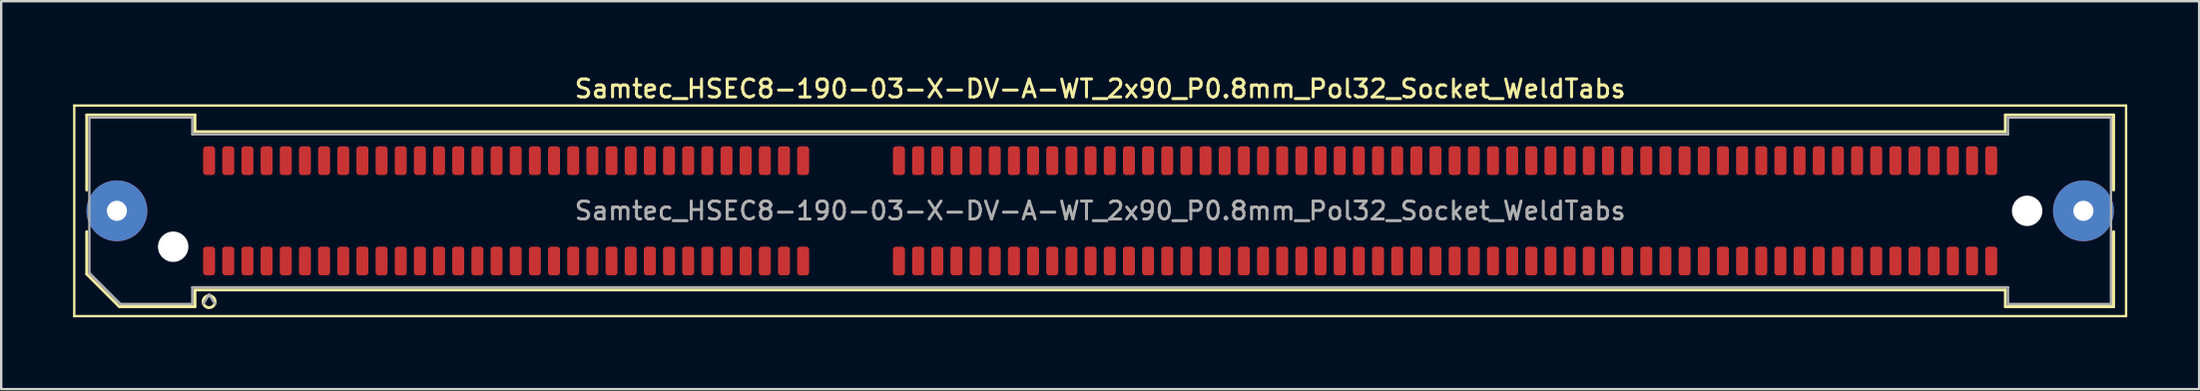
<source format=kicad_pcb>
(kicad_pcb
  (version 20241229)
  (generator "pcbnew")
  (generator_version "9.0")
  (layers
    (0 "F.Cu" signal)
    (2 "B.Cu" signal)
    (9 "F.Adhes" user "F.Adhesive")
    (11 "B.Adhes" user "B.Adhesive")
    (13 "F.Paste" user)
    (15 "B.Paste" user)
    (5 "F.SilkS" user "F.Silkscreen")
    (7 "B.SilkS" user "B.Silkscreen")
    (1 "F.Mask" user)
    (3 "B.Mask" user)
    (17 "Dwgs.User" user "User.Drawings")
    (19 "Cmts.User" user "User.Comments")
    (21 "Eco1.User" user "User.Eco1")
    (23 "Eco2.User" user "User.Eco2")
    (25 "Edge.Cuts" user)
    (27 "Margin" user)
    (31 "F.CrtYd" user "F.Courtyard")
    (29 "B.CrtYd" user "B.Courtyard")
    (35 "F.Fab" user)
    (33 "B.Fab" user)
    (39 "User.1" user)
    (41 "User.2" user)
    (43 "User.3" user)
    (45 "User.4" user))
  (footprint "Samtec_HSEC8-190-03-X-DV-A-WT_2x90_P0.8mm_Pol32_Socket_WeldTabs"
    (layer "F.Cu")
    (at 42.88 5.758)
    (property "Reference" "Samtec_HSEC8-190-03-X-DV-A-WT_2x90_P0.8mm_Pol32_Socket_WeldTabs" (at 0 -5.1 0) (layer "F.SilkS") (effects (font (size 0.75 0.75) (thickness 0.125))))
    (attr smd)
    (fp_line (start -42.83 -4.4) (end -42.83 4.4) (stroke (width 0.1) (type solid)) (layer "F.SilkS"))
    (fp_line (start -42.83 4.4) (end 42.83 4.4) (stroke (width 0.1) (type solid)) (layer "F.SilkS"))
    (fp_line (start -42.31 -4.005) (end -37.79 -4.005) (stroke (width 0.12) (type solid)) (layer "F.SilkS"))
    (fp_line (start -42.31 -0.868) (end -42.31 -4.005) (stroke (width 0.12) (type solid)) (layer "F.SilkS"))
    (fp_line (start -42.31 2.641) (end -42.31 0.868) (stroke (width 0.12) (type solid)) (layer "F.SilkS"))
    (fp_line (start -40.946 4.005) (end -42.31 2.641) (stroke (width 0.12) (type solid)) (layer "F.SilkS"))
    (fp_line (start -37.79 -4.005) (end -37.79 -3.305) (stroke (width 0.12) (type solid)) (layer "F.SilkS"))
    (fp_line (start -37.79 -3.305) (end 37.79 -3.305) (stroke (width 0.12) (type solid)) (layer "F.SilkS"))
    (fp_line (start -37.79 3.305) (end -37.79 4.005) (stroke (width 0.12) (type solid)) (layer "F.SilkS"))
    (fp_line (start -37.79 4.005) (end -40.946 4.005) (stroke (width 0.12) (type solid)) (layer "F.SilkS"))
    (fp_line (start 37.79 -4.005) (end 42.31 -4.005) (stroke (width 0.12) (type solid)) (layer "F.SilkS"))
    (fp_line (start 37.79 -3.305) (end 37.79 -4.005) (stroke (width 0.12) (type solid)) (layer "F.SilkS"))
    (fp_line (start 37.79 3.305) (end -37.79 3.305) (stroke (width 0.12) (type solid)) (layer "F.SilkS"))
    (fp_line (start 37.79 4.005) (end 37.79 3.305) (stroke (width 0.12) (type solid)) (layer "F.SilkS"))
    (fp_line (start 42.31 -4.005) (end 42.31 -0.868) (stroke (width 0.12) (type solid)) (layer "F.SilkS"))
    (fp_line (start 42.31 0.868) (end 42.31 4.005) (stroke (width 0.12) (type solid)) (layer "F.SilkS"))
    (fp_line (start 42.31 4.005) (end 37.79 4.005) (stroke (width 0.12) (type solid)) (layer "F.SilkS"))
    (fp_line (start 42.83 -4.4) (end -42.83 -4.4) (stroke (width 0.1) (type solid)) (layer "F.SilkS"))
    (fp_line (start 42.83 4.4) (end 42.83 -4.4) (stroke (width 0.1) (type solid)) (layer "F.SilkS"))
    (fp_arc (start -36.95 3.795) (mid -37.45 3.795) (end -36.95 3.795) (stroke (width 0.12) (type solid)) (layer "F.SilkS"))
    (fp_line (start -42.2 -3.895) (end -37.9 -3.895) (stroke (width 0.1) (type solid)) (layer "F.Fab"))
    (fp_line (start -42.2 2.595) (end -42.2 -3.895) (stroke (width 0.1) (type solid)) (layer "F.Fab"))
    (fp_line (start -40.9 3.895) (end -42.2 2.595) (stroke (width 0.1) (type solid)) (layer "F.Fab"))
    (fp_line (start -37.9 -3.895) (end -37.9 -3.195) (stroke (width 0.1) (type solid)) (layer "F.Fab"))
    (fp_line (start -37.9 -3.195) (end 37.9 -3.195) (stroke (width 0.1) (type solid)) (layer "F.Fab"))
    (fp_line (start -37.9 3.195) (end -37.9 3.895) (stroke (width 0.1) (type solid)) (layer "F.Fab"))
    (fp_line (start -37.9 3.895) (end -40.9 3.895) (stroke (width 0.1) (type solid)) (layer "F.Fab"))
    (fp_line (start -37.2 3.495) (end -37.45 3.895) (stroke (width 0.1) (type solid)) (layer "F.Fab"))
    (fp_line (start -37.2 3.495) (end -36.95 3.895) (stroke (width 0.1) (type solid)) (layer "F.Fab"))
    (fp_line (start 37.9 -3.895) (end 42.2 -3.895) (stroke (width 0.1) (type solid)) (layer "F.Fab"))
    (fp_line (start 37.9 -3.195) (end 37.9 -3.895) (stroke (width 0.1) (type solid)) (layer "F.Fab"))
    (fp_line (start 37.9 3.195) (end -37.9 3.195) (stroke (width 0.1) (type solid)) (layer "F.Fab"))
    (fp_line (start 37.9 3.895) (end 37.9 3.195) (stroke (width 0.1) (type solid)) (layer "F.Fab"))
    (fp_line (start 42.2 -3.895) (end 42.2 3.895) (stroke (width 0.1) (type solid)) (layer "F.Fab"))
    (fp_line (start 42.2 3.895) (end 37.9 3.895) (stroke (width 0.1) (type solid)) (layer "F.Fab"))
    (fp_text user "${REFERENCE}" (at 0 0 0) (layer "F.Fab") (effects (font (size 0.75 0.75) (thickness 0.125))))
    (pad "" thru_hole circle (at -41.05 0) (size 2.54 2.54) (drill 0.84) (layers "*.Cu" "*.Mask" "F.Paste"))
    (pad "" np_thru_hole circle (at -38.7 1.5) (size 1.27 1.27) (drill 1.27) (layers "*.Cu" "*.Mask"))
    (pad "" np_thru_hole circle (at 38.7 0) (size 1.27 1.27) (drill 1.27) (layers "*.Cu" "*.Mask"))
    (pad "" thru_hole circle (at 41.05 0) (size 2.54 2.54) (drill 0.84) (layers "*.Cu" "*.Mask" "F.Paste"))
    (pad "1" smd roundrect (at -37.2 2.095) (size 0.5 1.2) (layers "F.Cu" "F.Mask" "F.Paste") (roundrect_rratio 0.25))
    (pad "2" smd roundrect (at -37.2 -2.095) (size 0.5 1.2) (layers "F.Cu" "F.Mask" "F.Paste") (roundrect_rratio 0.25))
    (pad "3" smd roundrect (at -36.4 2.095) (size 0.5 1.2) (layers "F.Cu" "F.Mask" "F.Paste") (roundrect_rratio 0.25))
    (pad "4" smd roundrect (at -36.4 -2.095) (size 0.5 1.2) (layers "F.Cu" "F.Mask" "F.Paste") (roundrect_rratio 0.25))
    (pad "5" smd roundrect (at -35.6 2.095) (size 0.5 1.2) (layers "F.Cu" "F.Mask" "F.Paste") (roundrect_rratio 0.25))
    (pad "6" smd roundrect (at -35.6 -2.095) (size 0.5 1.2) (layers "F.Cu" "F.Mask" "F.Paste") (roundrect_rratio 0.25))
    (pad "7" smd roundrect (at -34.8 2.095) (size 0.5 1.2) (layers "F.Cu" "F.Mask" "F.Paste") (roundrect_rratio 0.25))
    (pad "8" smd roundrect (at -34.8 -2.095) (size 0.5 1.2) (layers "F.Cu" "F.Mask" "F.Paste") (roundrect_rratio 0.25))
    (pad "9" smd roundrect (at -34 2.095) (size 0.5 1.2) (layers "F.Cu" "F.Mask" "F.Paste") (roundrect_rratio 0.25))
    (pad "10" smd roundrect (at -34 -2.095) (size 0.5 1.2) (layers "F.Cu" "F.Mask" "F.Paste") (roundrect_rratio 0.25))
    (pad "11" smd roundrect (at -33.2 2.095) (size 0.5 1.2) (layers "F.Cu" "F.Mask" "F.Paste") (roundrect_rratio 0.25))
    (pad "12" smd roundrect (at -33.2 -2.095) (size 0.5 1.2) (layers "F.Cu" "F.Mask" "F.Paste") (roundrect_rratio 0.25))
    (pad "13" smd roundrect (at -32.4 2.095) (size 0.5 1.2) (layers "F.Cu" "F.Mask" "F.Paste") (roundrect_rratio 0.25))
    (pad "14" smd roundrect (at -32.4 -2.095) (size 0.5 1.2) (layers "F.Cu" "F.Mask" "F.Paste") (roundrect_rratio 0.25))
    (pad "15" smd roundrect (at -31.6 2.095) (size 0.5 1.2) (layers "F.Cu" "F.Mask" "F.Paste") (roundrect_rratio 0.25))
    (pad "16" smd roundrect (at -31.6 -2.095) (size 0.5 1.2) (layers "F.Cu" "F.Mask" "F.Paste") (roundrect_rratio 0.25))
    (pad "17" smd roundrect (at -30.8 2.095) (size 0.5 1.2) (layers "F.Cu" "F.Mask" "F.Paste") (roundrect_rratio 0.25))
    (pad "18" smd roundrect (at -30.8 -2.095) (size 0.5 1.2) (layers "F.Cu" "F.Mask" "F.Paste") (roundrect_rratio 0.25))
    (pad "19" smd roundrect (at -30 2.095) (size 0.5 1.2) (layers "F.Cu" "F.Mask" "F.Paste") (roundrect_rratio 0.25))
    (pad "20" smd roundrect (at -30 -2.095) (size 0.5 1.2) (layers "F.Cu" "F.Mask" "F.Paste") (roundrect_rratio 0.25))
    (pad "21" smd roundrect (at -29.2 2.095) (size 0.5 1.2) (layers "F.Cu" "F.Mask" "F.Paste") (roundrect_rratio 0.25))
    (pad "22" smd roundrect (at -29.2 -2.095) (size 0.5 1.2) (layers "F.Cu" "F.Mask" "F.Paste") (roundrect_rratio 0.25))
    (pad "23" smd roundrect (at -28.4 2.095) (size 0.5 1.2) (layers "F.Cu" "F.Mask" "F.Paste") (roundrect_rratio 0.25))
    (pad "24" smd roundrect (at -28.4 -2.095) (size 0.5 1.2) (layers "F.Cu" "F.Mask" "F.Paste") (roundrect_rratio 0.25))
    (pad "25" smd roundrect (at -27.6 2.095) (size 0.5 1.2) (layers "F.Cu" "F.Mask" "F.Paste") (roundrect_rratio 0.25))
    (pad "26" smd roundrect (at -27.6 -2.095) (size 0.5 1.2) (layers "F.Cu" "F.Mask" "F.Paste") (roundrect_rratio 0.25))
    (pad "27" smd roundrect (at -26.8 2.095) (size 0.5 1.2) (layers "F.Cu" "F.Mask" "F.Paste") (roundrect_rratio 0.25))
    (pad "28" smd roundrect (at -26.8 -2.095) (size 0.5 1.2) (layers "F.Cu" "F.Mask" "F.Paste") (roundrect_rratio 0.25))
    (pad "29" smd roundrect (at -26 2.095) (size 0.5 1.2) (layers "F.Cu" "F.Mask" "F.Paste") (roundrect_rratio 0.25))
    (pad "30" smd roundrect (at -26 -2.095) (size 0.5 1.2) (layers "F.Cu" "F.Mask" "F.Paste") (roundrect_rratio 0.25))
    (pad "31" smd roundrect (at -25.2 2.095) (size 0.5 1.2) (layers "F.Cu" "F.Mask" "F.Paste") (roundrect_rratio 0.25))
    (pad "32" smd roundrect (at -25.2 -2.095) (size 0.5 1.2) (layers "F.Cu" "F.Mask" "F.Paste") (roundrect_rratio 0.25))
    (pad "33" smd roundrect (at -24.4 2.095) (size 0.5 1.2) (layers "F.Cu" "F.Mask" "F.Paste") (roundrect_rratio 0.25))
    (pad "34" smd roundrect (at -24.4 -2.095) (size 0.5 1.2) (layers "F.Cu" "F.Mask" "F.Paste") (roundrect_rratio 0.25))
    (pad "35" smd roundrect (at -23.6 2.095) (size 0.5 1.2) (layers "F.Cu" "F.Mask" "F.Paste") (roundrect_rratio 0.25))
    (pad "36" smd roundrect (at -23.6 -2.095) (size 0.5 1.2) (layers "F.Cu" "F.Mask" "F.Paste") (roundrect_rratio 0.25))
    (pad "37" smd roundrect (at -22.8 2.095) (size 0.5 1.2) (layers "F.Cu" "F.Mask" "F.Paste") (roundrect_rratio 0.25))
    (pad "38" smd roundrect (at -22.8 -2.095) (size 0.5 1.2) (layers "F.Cu" "F.Mask" "F.Paste") (roundrect_rratio 0.25))
    (pad "39" smd roundrect (at -22 2.095) (size 0.5 1.2) (layers "F.Cu" "F.Mask" "F.Paste") (roundrect_rratio 0.25))
    (pad "40" smd roundrect (at -22 -2.095) (size 0.5 1.2) (layers "F.Cu" "F.Mask" "F.Paste") (roundrect_rratio 0.25))
    (pad "41" smd roundrect (at -21.2 2.095) (size 0.5 1.2) (layers "F.Cu" "F.Mask" "F.Paste") (roundrect_rratio 0.25))
    (pad "42" smd roundrect (at -21.2 -2.095) (size 0.5 1.2) (layers "F.Cu" "F.Mask" "F.Paste") (roundrect_rratio 0.25))
    (pad "43" smd roundrect (at -20.4 2.095) (size 0.5 1.2) (layers "F.Cu" "F.Mask" "F.Paste") (roundrect_rratio 0.25))
    (pad "44" smd roundrect (at -20.4 -2.095) (size 0.5 1.2) (layers "F.Cu" "F.Mask" "F.Paste") (roundrect_rratio 0.25))
    (pad "45" smd roundrect (at -19.6 2.095) (size 0.5 1.2) (layers "F.Cu" "F.Mask" "F.Paste") (roundrect_rratio 0.25))
    (pad "46" smd roundrect (at -19.6 -2.095) (size 0.5 1.2) (layers "F.Cu" "F.Mask" "F.Paste") (roundrect_rratio 0.25))
    (pad "47" smd roundrect (at -18.8 2.095) (size 0.5 1.2) (layers "F.Cu" "F.Mask" "F.Paste") (roundrect_rratio 0.25))
    (pad "48" smd roundrect (at -18.8 -2.095) (size 0.5 1.2) (layers "F.Cu" "F.Mask" "F.Paste") (roundrect_rratio 0.25))
    (pad "49" smd roundrect (at -18 2.095) (size 0.5 1.2) (layers "F.Cu" "F.Mask" "F.Paste") (roundrect_rratio 0.25))
    (pad "50" smd roundrect (at -18 -2.095) (size 0.5 1.2) (layers "F.Cu" "F.Mask" "F.Paste") (roundrect_rratio 0.25))
    (pad "51" smd roundrect (at -17.2 2.095) (size 0.5 1.2) (layers "F.Cu" "F.Mask" "F.Paste") (roundrect_rratio 0.25))
    (pad "52" smd roundrect (at -17.2 -2.095) (size 0.5 1.2) (layers "F.Cu" "F.Mask" "F.Paste") (roundrect_rratio 0.25))
    (pad "53" smd roundrect (at -16.4 2.095) (size 0.5 1.2) (layers "F.Cu" "F.Mask" "F.Paste") (roundrect_rratio 0.25))
    (pad "54" smd roundrect (at -16.4 -2.095) (size 0.5 1.2) (layers "F.Cu" "F.Mask" "F.Paste") (roundrect_rratio 0.25))
    (pad "55" smd roundrect (at -15.6 2.095) (size 0.5 1.2) (layers "F.Cu" "F.Mask" "F.Paste") (roundrect_rratio 0.25))
    (pad "56" smd roundrect (at -15.6 -2.095) (size 0.5 1.2) (layers "F.Cu" "F.Mask" "F.Paste") (roundrect_rratio 0.25))
    (pad "57" smd roundrect (at -14.8 2.095) (size 0.5 1.2) (layers "F.Cu" "F.Mask" "F.Paste") (roundrect_rratio 0.25))
    (pad "58" smd roundrect (at -14.8 -2.095) (size 0.5 1.2) (layers "F.Cu" "F.Mask" "F.Paste") (roundrect_rratio 0.25))
    (pad "59" smd roundrect (at -14 2.095) (size 0.5 1.2) (layers "F.Cu" "F.Mask" "F.Paste") (roundrect_rratio 0.25))
    (pad "60" smd roundrect (at -14 -2.095) (size 0.5 1.2) (layers "F.Cu" "F.Mask" "F.Paste") (roundrect_rratio 0.25))
    (pad "61" smd roundrect (at -13.2 2.095) (size 0.5 1.2) (layers "F.Cu" "F.Mask" "F.Paste") (roundrect_rratio 0.25))
    (pad "62" smd roundrect (at -13.2 -2.095) (size 0.5 1.2) (layers "F.Cu" "F.Mask" "F.Paste") (roundrect_rratio 0.25))
    (pad "63" smd roundrect (at -12.4 2.095) (size 0.5 1.2) (layers "F.Cu" "F.Mask" "F.Paste") (roundrect_rratio 0.25))
    (pad "64" smd roundrect (at -12.4 -2.095) (size 0.5 1.2) (layers "F.Cu" "F.Mask" "F.Paste") (roundrect_rratio 0.25))
    (pad "65" smd roundrect (at -8.4 2.095) (size 0.5 1.2) (layers "F.Cu" "F.Mask" "F.Paste") (roundrect_rratio 0.25))
    (pad "66" smd roundrect (at -8.4 -2.095) (size 0.5 1.2) (layers "F.Cu" "F.Mask" "F.Paste") (roundrect_rratio 0.25))
    (pad "67" smd roundrect (at -7.6 2.095) (size 0.5 1.2) (layers "F.Cu" "F.Mask" "F.Paste") (roundrect_rratio 0.25))
    (pad "68" smd roundrect (at -7.6 -2.095) (size 0.5 1.2) (layers "F.Cu" "F.Mask" "F.Paste") (roundrect_rratio 0.25))
    (pad "69" smd roundrect (at -6.8 2.095) (size 0.5 1.2) (layers "F.Cu" "F.Mask" "F.Paste") (roundrect_rratio 0.25))
    (pad "70" smd roundrect (at -6.8 -2.095) (size 0.5 1.2) (layers "F.Cu" "F.Mask" "F.Paste") (roundrect_rratio 0.25))
    (pad "71" smd roundrect (at -6 2.095) (size 0.5 1.2) (layers "F.Cu" "F.Mask" "F.Paste") (roundrect_rratio 0.25))
    (pad "72" smd roundrect (at -6 -2.095) (size 0.5 1.2) (layers "F.Cu" "F.Mask" "F.Paste") (roundrect_rratio 0.25))
    (pad "73" smd roundrect (at -5.2 2.095) (size 0.5 1.2) (layers "F.Cu" "F.Mask" "F.Paste") (roundrect_rratio 0.25))
    (pad "74" smd roundrect (at -5.2 -2.095) (size 0.5 1.2) (layers "F.Cu" "F.Mask" "F.Paste") (roundrect_rratio 0.25))
    (pad "75" smd roundrect (at -4.4 2.095) (size 0.5 1.2) (layers "F.Cu" "F.Mask" "F.Paste") (roundrect_rratio 0.25))
    (pad "76" smd roundrect (at -4.4 -2.095) (size 0.5 1.2) (layers "F.Cu" "F.Mask" "F.Paste") (roundrect_rratio 0.25))
    (pad "77" smd roundrect (at -3.6 2.095) (size 0.5 1.2) (layers "F.Cu" "F.Mask" "F.Paste") (roundrect_rratio 0.25))
    (pad "78" smd roundrect (at -3.6 -2.095) (size 0.5 1.2) (layers "F.Cu" "F.Mask" "F.Paste") (roundrect_rratio 0.25))
    (pad "79" smd roundrect (at -2.8 2.095) (size 0.5 1.2) (layers "F.Cu" "F.Mask" "F.Paste") (roundrect_rratio 0.25))
    (pad "80" smd roundrect (at -2.8 -2.095) (size 0.5 1.2) (layers "F.Cu" "F.Mask" "F.Paste") (roundrect_rratio 0.25))
    (pad "81" smd roundrect (at -2 2.095) (size 0.5 1.2) (layers "F.Cu" "F.Mask" "F.Paste") (roundrect_rratio 0.25))
    (pad "82" smd roundrect (at -2 -2.095) (size 0.5 1.2) (layers "F.Cu" "F.Mask" "F.Paste") (roundrect_rratio 0.25))
    (pad "83" smd roundrect (at -1.2 2.095) (size 0.5 1.2) (layers "F.Cu" "F.Mask" "F.Paste") (roundrect_rratio 0.25))
    (pad "84" smd roundrect (at -1.2 -2.095) (size 0.5 1.2) (layers "F.Cu" "F.Mask" "F.Paste") (roundrect_rratio 0.25))
    (pad "85" smd roundrect (at -0.4 2.095) (size 0.5 1.2) (layers "F.Cu" "F.Mask" "F.Paste") (roundrect_rratio 0.25))
    (pad "86" smd roundrect (at -0.4 -2.095) (size 0.5 1.2) (layers "F.Cu" "F.Mask" "F.Paste") (roundrect_rratio 0.25))
    (pad "87" smd roundrect (at 0.4 2.095) (size 0.5 1.2) (layers "F.Cu" "F.Mask" "F.Paste") (roundrect_rratio 0.25))
    (pad "88" smd roundrect (at 0.4 -2.095) (size 0.5 1.2) (layers "F.Cu" "F.Mask" "F.Paste") (roundrect_rratio 0.25))
    (pad "89" smd roundrect (at 1.2 2.095) (size 0.5 1.2) (layers "F.Cu" "F.Mask" "F.Paste") (roundrect_rratio 0.25))
    (pad "90" smd roundrect (at 1.2 -2.095) (size 0.5 1.2) (layers "F.Cu" "F.Mask" "F.Paste") (roundrect_rratio 0.25))
    (pad "91" smd roundrect (at 2 2.095) (size 0.5 1.2) (layers "F.Cu" "F.Mask" "F.Paste") (roundrect_rratio 0.25))
    (pad "92" smd roundrect (at 2 -2.095) (size 0.5 1.2) (layers "F.Cu" "F.Mask" "F.Paste") (roundrect_rratio 0.25))
    (pad "93" smd roundrect (at 2.8 2.095) (size 0.5 1.2) (layers "F.Cu" "F.Mask" "F.Paste") (roundrect_rratio 0.25))
    (pad "94" smd roundrect (at 2.8 -2.095) (size 0.5 1.2) (layers "F.Cu" "F.Mask" "F.Paste") (roundrect_rratio 0.25))
    (pad "95" smd roundrect (at 3.6 2.095) (size 0.5 1.2) (layers "F.Cu" "F.Mask" "F.Paste") (roundrect_rratio 0.25))
    (pad "96" smd roundrect (at 3.6 -2.095) (size 0.5 1.2) (layers "F.Cu" "F.Mask" "F.Paste") (roundrect_rratio 0.25))
    (pad "97" smd roundrect (at 4.4 2.095) (size 0.5 1.2) (layers "F.Cu" "F.Mask" "F.Paste") (roundrect_rratio 0.25))
    (pad "98" smd roundrect (at 4.4 -2.095) (size 0.5 1.2) (layers "F.Cu" "F.Mask" "F.Paste") (roundrect_rratio 0.25))
    (pad "99" smd roundrect (at 5.2 2.095) (size 0.5 1.2) (layers "F.Cu" "F.Mask" "F.Paste") (roundrect_rratio 0.25))
    (pad "100" smd roundrect (at 5.2 -2.095) (size 0.5 1.2) (layers "F.Cu" "F.Mask" "F.Paste") (roundrect_rratio 0.25))
    (pad "101" smd roundrect (at 6 2.095) (size 0.5 1.2) (layers "F.Cu" "F.Mask" "F.Paste") (roundrect_rratio 0.25))
    (pad "102" smd roundrect (at 6 -2.095) (size 0.5 1.2) (layers "F.Cu" "F.Mask" "F.Paste") (roundrect_rratio 0.25))
    (pad "103" smd roundrect (at 6.8 2.095) (size 0.5 1.2) (layers "F.Cu" "F.Mask" "F.Paste") (roundrect_rratio 0.25))
    (pad "104" smd roundrect (at 6.8 -2.095) (size 0.5 1.2) (layers "F.Cu" "F.Mask" "F.Paste") (roundrect_rratio 0.25))
    (pad "105" smd roundrect (at 7.6 2.095) (size 0.5 1.2) (layers "F.Cu" "F.Mask" "F.Paste") (roundrect_rratio 0.25))
    (pad "106" smd roundrect (at 7.6 -2.095) (size 0.5 1.2) (layers "F.Cu" "F.Mask" "F.Paste") (roundrect_rratio 0.25))
    (pad "107" smd roundrect (at 8.4 2.095) (size 0.5 1.2) (layers "F.Cu" "F.Mask" "F.Paste") (roundrect_rratio 0.25))
    (pad "108" smd roundrect (at 8.4 -2.095) (size 0.5 1.2) (layers "F.Cu" "F.Mask" "F.Paste") (roundrect_rratio 0.25))
    (pad "109" smd roundrect (at 9.2 2.095) (size 0.5 1.2) (layers "F.Cu" "F.Mask" "F.Paste") (roundrect_rratio 0.25))
    (pad "110" smd roundrect (at 9.2 -2.095) (size 0.5 1.2) (layers "F.Cu" "F.Mask" "F.Paste") (roundrect_rratio 0.25))
    (pad "111" smd roundrect (at 10 2.095) (size 0.5 1.2) (layers "F.Cu" "F.Mask" "F.Paste") (roundrect_rratio 0.25))
    (pad "112" smd roundrect (at 10 -2.095) (size 0.5 1.2) (layers "F.Cu" "F.Mask" "F.Paste") (roundrect_rratio 0.25))
    (pad "113" smd roundrect (at 10.8 2.095) (size 0.5 1.2) (layers "F.Cu" "F.Mask" "F.Paste") (roundrect_rratio 0.25))
    (pad "114" smd roundrect (at 10.8 -2.095) (size 0.5 1.2) (layers "F.Cu" "F.Mask" "F.Paste") (roundrect_rratio 0.25))
    (pad "115" smd roundrect (at 11.6 2.095) (size 0.5 1.2) (layers "F.Cu" "F.Mask" "F.Paste") (roundrect_rratio 0.25))
    (pad "116" smd roundrect (at 11.6 -2.095) (size 0.5 1.2) (layers "F.Cu" "F.Mask" "F.Paste") (roundrect_rratio 0.25))
    (pad "117" smd roundrect (at 12.4 2.095) (size 0.5 1.2) (layers "F.Cu" "F.Mask" "F.Paste") (roundrect_rratio 0.25))
    (pad "118" smd roundrect (at 12.4 -2.095) (size 0.5 1.2) (layers "F.Cu" "F.Mask" "F.Paste") (roundrect_rratio 0.25))
    (pad "119" smd roundrect (at 13.2 2.095) (size 0.5 1.2) (layers "F.Cu" "F.Mask" "F.Paste") (roundrect_rratio 0.25))
    (pad "120" smd roundrect (at 13.2 -2.095) (size 0.5 1.2) (layers "F.Cu" "F.Mask" "F.Paste") (roundrect_rratio 0.25))
    (pad "121" smd roundrect (at 14 2.095) (size 0.5 1.2) (layers "F.Cu" "F.Mask" "F.Paste") (roundrect_rratio 0.25))
    (pad "122" smd roundrect (at 14 -2.095) (size 0.5 1.2) (layers "F.Cu" "F.Mask" "F.Paste") (roundrect_rratio 0.25))
    (pad "123" smd roundrect (at 14.8 2.095) (size 0.5 1.2) (layers "F.Cu" "F.Mask" "F.Paste") (roundrect_rratio 0.25))
    (pad "124" smd roundrect (at 14.8 -2.095) (size 0.5 1.2) (layers "F.Cu" "F.Mask" "F.Paste") (roundrect_rratio 0.25))
    (pad "125" smd roundrect (at 15.6 2.095) (size 0.5 1.2) (layers "F.Cu" "F.Mask" "F.Paste") (roundrect_rratio 0.25))
    (pad "126" smd roundrect (at 15.6 -2.095) (size 0.5 1.2) (layers "F.Cu" "F.Mask" "F.Paste") (roundrect_rratio 0.25))
    (pad "127" smd roundrect (at 16.4 2.095) (size 0.5 1.2) (layers "F.Cu" "F.Mask" "F.Paste") (roundrect_rratio 0.25))
    (pad "128" smd roundrect (at 16.4 -2.095) (size 0.5 1.2) (layers "F.Cu" "F.Mask" "F.Paste") (roundrect_rratio 0.25))
    (pad "129" smd roundrect (at 17.2 2.095) (size 0.5 1.2) (layers "F.Cu" "F.Mask" "F.Paste") (roundrect_rratio 0.25))
    (pad "130" smd roundrect (at 17.2 -2.095) (size 0.5 1.2) (layers "F.Cu" "F.Mask" "F.Paste") (roundrect_rratio 0.25))
    (pad "131" smd roundrect (at 18 2.095) (size 0.5 1.2) (layers "F.Cu" "F.Mask" "F.Paste") (roundrect_rratio 0.25))
    (pad "132" smd roundrect (at 18 -2.095) (size 0.5 1.2) (layers "F.Cu" "F.Mask" "F.Paste") (roundrect_rratio 0.25))
    (pad "133" smd roundrect (at 18.8 2.095) (size 0.5 1.2) (layers "F.Cu" "F.Mask" "F.Paste") (roundrect_rratio 0.25))
    (pad "134" smd roundrect (at 18.8 -2.095) (size 0.5 1.2) (layers "F.Cu" "F.Mask" "F.Paste") (roundrect_rratio 0.25))
    (pad "135" smd roundrect (at 19.6 2.095) (size 0.5 1.2) (layers "F.Cu" "F.Mask" "F.Paste") (roundrect_rratio 0.25))
    (pad "136" smd roundrect (at 19.6 -2.095) (size 0.5 1.2) (layers "F.Cu" "F.Mask" "F.Paste") (roundrect_rratio 0.25))
    (pad "137" smd roundrect (at 20.4 2.095) (size 0.5 1.2) (layers "F.Cu" "F.Mask" "F.Paste") (roundrect_rratio 0.25))
    (pad "138" smd roundrect (at 20.4 -2.095) (size 0.5 1.2) (layers "F.Cu" "F.Mask" "F.Paste") (roundrect_rratio 0.25))
    (pad "139" smd roundrect (at 21.2 2.095) (size 0.5 1.2) (layers "F.Cu" "F.Mask" "F.Paste") (roundrect_rratio 0.25))
    (pad "140" smd roundrect (at 21.2 -2.095) (size 0.5 1.2) (layers "F.Cu" "F.Mask" "F.Paste") (roundrect_rratio 0.25))
    (pad "141" smd roundrect (at 22 2.095) (size 0.5 1.2) (layers "F.Cu" "F.Mask" "F.Paste") (roundrect_rratio 0.25))
    (pad "142" smd roundrect (at 22 -2.095) (size 0.5 1.2) (layers "F.Cu" "F.Mask" "F.Paste") (roundrect_rratio 0.25))
    (pad "143" smd roundrect (at 22.8 2.095) (size 0.5 1.2) (layers "F.Cu" "F.Mask" "F.Paste") (roundrect_rratio 0.25))
    (pad "144" smd roundrect (at 22.8 -2.095) (size 0.5 1.2) (layers "F.Cu" "F.Mask" "F.Paste") (roundrect_rratio 0.25))
    (pad "145" smd roundrect (at 23.6 2.095) (size 0.5 1.2) (layers "F.Cu" "F.Mask" "F.Paste") (roundrect_rratio 0.25))
    (pad "146" smd roundrect (at 23.6 -2.095) (size 0.5 1.2) (layers "F.Cu" "F.Mask" "F.Paste") (roundrect_rratio 0.25))
    (pad "147" smd roundrect (at 24.4 2.095) (size 0.5 1.2) (layers "F.Cu" "F.Mask" "F.Paste") (roundrect_rratio 0.25))
    (pad "148" smd roundrect (at 24.4 -2.095) (size 0.5 1.2) (layers "F.Cu" "F.Mask" "F.Paste") (roundrect_rratio 0.25))
    (pad "149" smd roundrect (at 25.2 2.095) (size 0.5 1.2) (layers "F.Cu" "F.Mask" "F.Paste") (roundrect_rratio 0.25))
    (pad "150" smd roundrect (at 25.2 -2.095) (size 0.5 1.2) (layers "F.Cu" "F.Mask" "F.Paste") (roundrect_rratio 0.25))
    (pad "151" smd roundrect (at 26 2.095) (size 0.5 1.2) (layers "F.Cu" "F.Mask" "F.Paste") (roundrect_rratio 0.25))
    (pad "152" smd roundrect (at 26 -2.095) (size 0.5 1.2) (layers "F.Cu" "F.Mask" "F.Paste") (roundrect_rratio 0.25))
    (pad "153" smd roundrect (at 26.8 2.095) (size 0.5 1.2) (layers "F.Cu" "F.Mask" "F.Paste") (roundrect_rratio 0.25))
    (pad "154" smd roundrect (at 26.8 -2.095) (size 0.5 1.2) (layers "F.Cu" "F.Mask" "F.Paste") (roundrect_rratio 0.25))
    (pad "155" smd roundrect (at 27.6 2.095) (size 0.5 1.2) (layers "F.Cu" "F.Mask" "F.Paste") (roundrect_rratio 0.25))
    (pad "156" smd roundrect (at 27.6 -2.095) (size 0.5 1.2) (layers "F.Cu" "F.Mask" "F.Paste") (roundrect_rratio 0.25))
    (pad "157" smd roundrect (at 28.4 2.095) (size 0.5 1.2) (layers "F.Cu" "F.Mask" "F.Paste") (roundrect_rratio 0.25))
    (pad "158" smd roundrect (at 28.4 -2.095) (size 0.5 1.2) (layers "F.Cu" "F.Mask" "F.Paste") (roundrect_rratio 0.25))
    (pad "159" smd roundrect (at 29.2 2.095) (size 0.5 1.2) (layers "F.Cu" "F.Mask" "F.Paste") (roundrect_rratio 0.25))
    (pad "160" smd roundrect (at 29.2 -2.095) (size 0.5 1.2) (layers "F.Cu" "F.Mask" "F.Paste") (roundrect_rratio 0.25))
    (pad "161" smd roundrect (at 30 2.095) (size 0.5 1.2) (layers "F.Cu" "F.Mask" "F.Paste") (roundrect_rratio 0.25))
    (pad "162" smd roundrect (at 30 -2.095) (size 0.5 1.2) (layers "F.Cu" "F.Mask" "F.Paste") (roundrect_rratio 0.25))
    (pad "163" smd roundrect (at 30.8 2.095) (size 0.5 1.2) (layers "F.Cu" "F.Mask" "F.Paste") (roundrect_rratio 0.25))
    (pad "164" smd roundrect (at 30.8 -2.095) (size 0.5 1.2) (layers "F.Cu" "F.Mask" "F.Paste") (roundrect_rratio 0.25))
    (pad "165" smd roundrect (at 31.6 2.095) (size 0.5 1.2) (layers "F.Cu" "F.Mask" "F.Paste") (roundrect_rratio 0.25))
    (pad "166" smd roundrect (at 31.6 -2.095) (size 0.5 1.2) (layers "F.Cu" "F.Mask" "F.Paste") (roundrect_rratio 0.25))
    (pad "167" smd roundrect (at 32.4 2.095) (size 0.5 1.2) (layers "F.Cu" "F.Mask" "F.Paste") (roundrect_rratio 0.25))
    (pad "168" smd roundrect (at 32.4 -2.095) (size 0.5 1.2) (layers "F.Cu" "F.Mask" "F.Paste") (roundrect_rratio 0.25))
    (pad "169" smd roundrect (at 33.2 2.095) (size 0.5 1.2) (layers "F.Cu" "F.Mask" "F.Paste") (roundrect_rratio 0.25))
    (pad "170" smd roundrect (at 33.2 -2.095) (size 0.5 1.2) (layers "F.Cu" "F.Mask" "F.Paste") (roundrect_rratio 0.25))
    (pad "171" smd roundrect (at 34 2.095) (size 0.5 1.2) (layers "F.Cu" "F.Mask" "F.Paste") (roundrect_rratio 0.25))
    (pad "172" smd roundrect (at 34 -2.095) (size 0.5 1.2) (layers "F.Cu" "F.Mask" "F.Paste") (roundrect_rratio 0.25))
    (pad "173" smd roundrect (at 34.8 2.095) (size 0.5 1.2) (layers "F.Cu" "F.Mask" "F.Paste") (roundrect_rratio 0.25))
    (pad "174" smd roundrect (at 34.8 -2.095) (size 0.5 1.2) (layers "F.Cu" "F.Mask" "F.Paste") (roundrect_rratio 0.25))
    (pad "175" smd roundrect (at 35.6 2.095) (size 0.5 1.2) (layers "F.Cu" "F.Mask" "F.Paste") (roundrect_rratio 0.25))
    (pad "176" smd roundrect (at 35.6 -2.095) (size 0.5 1.2) (layers "F.Cu" "F.Mask" "F.Paste") (roundrect_rratio 0.25))
    (pad "177" smd roundrect (at 36.4 2.095) (size 0.5 1.2) (layers "F.Cu" "F.Mask" "F.Paste") (roundrect_rratio 0.25))
    (pad "178" smd roundrect (at 36.4 -2.095) (size 0.5 1.2) (layers "F.Cu" "F.Mask" "F.Paste") (roundrect_rratio 0.25))
    (pad "179" smd roundrect (at 37.2 2.095) (size 0.5 1.2) (layers "F.Cu" "F.Mask" "F.Paste") (roundrect_rratio 0.25))
    (pad "180" smd roundrect (at 37.2 -2.095) (size 0.5 1.2) (layers "F.Cu" "F.Mask" "F.Paste") (roundrect_rratio 0.25)))
  (gr_rect
    (start -3 -3)
    (end 88.76 13.208)
    (stroke (width 0.1) (type default))
    (fill no)
    (layer "Edge.Cuts")))
</source>
